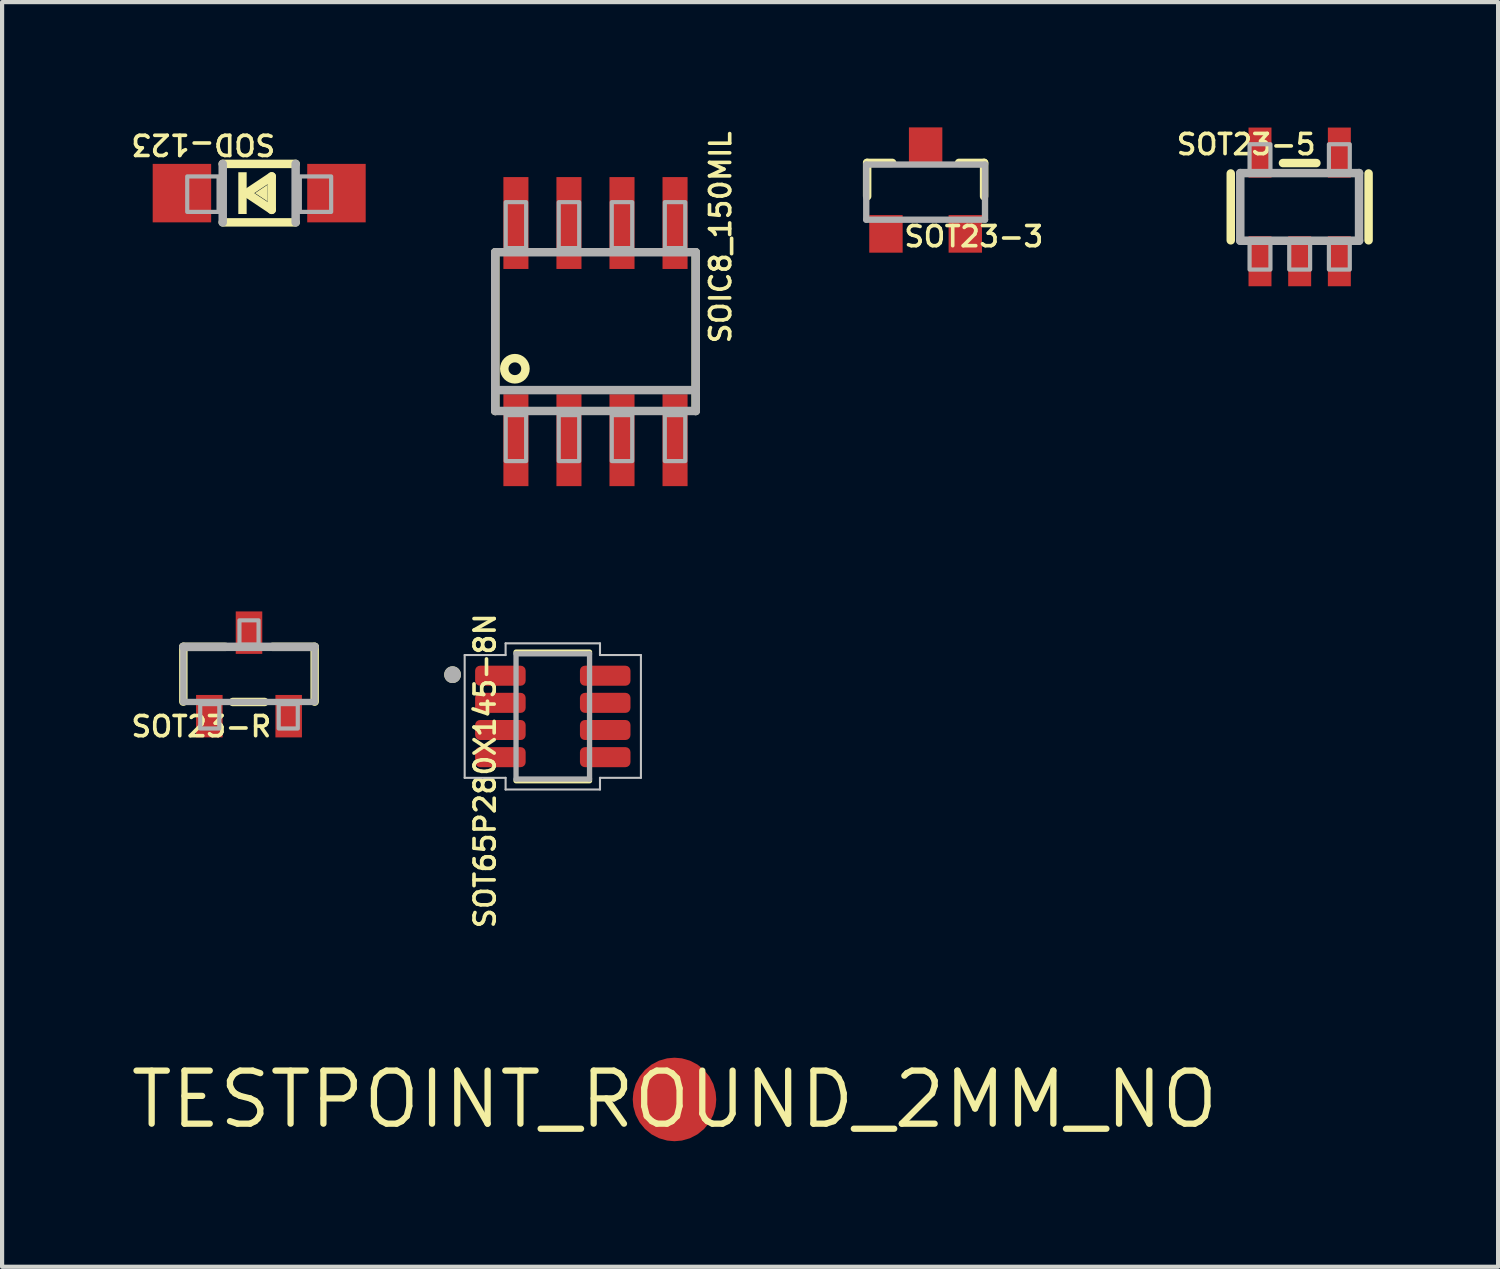
<source format=kicad_pcb>
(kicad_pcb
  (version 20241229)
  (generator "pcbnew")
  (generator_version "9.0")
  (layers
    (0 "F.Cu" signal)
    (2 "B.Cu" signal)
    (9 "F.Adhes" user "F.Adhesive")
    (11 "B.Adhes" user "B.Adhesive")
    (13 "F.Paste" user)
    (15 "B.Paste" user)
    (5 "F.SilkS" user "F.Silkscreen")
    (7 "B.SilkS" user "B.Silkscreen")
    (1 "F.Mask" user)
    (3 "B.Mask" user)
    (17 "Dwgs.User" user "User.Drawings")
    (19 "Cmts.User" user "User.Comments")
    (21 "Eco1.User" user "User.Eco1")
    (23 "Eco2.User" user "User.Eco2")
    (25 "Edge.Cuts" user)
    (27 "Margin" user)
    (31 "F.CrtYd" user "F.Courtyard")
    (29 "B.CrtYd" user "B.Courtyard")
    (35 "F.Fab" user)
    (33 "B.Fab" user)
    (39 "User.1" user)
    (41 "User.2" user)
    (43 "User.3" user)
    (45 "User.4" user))
  (footprint "SOD-123"
    (layer "F.Cu")
    (at 3.156 1.574)
    (property "Reference" "SOD-123" (at 0.432 -1.448 180) (unlocked yes) (layer "F.SilkS") (effects (font (size 0.483 0.483) (thickness 0.087)) (justify left bottom)))
    (attr through_hole)
    (fp_line (start -0.873 -0.7) (end 0.873 -0.7) (stroke (width 0.203) (type solid)) (layer "F.SilkS"))
    (fp_line (start -0.3 0) (end 0.3 -0.4) (stroke (width 0.203) (type solid)) (layer "F.SilkS"))
    (fp_line (start 0.3 -0.4) (end 0.3 0.4) (stroke (width 0.203) (type solid)) (layer "F.SilkS"))
    (fp_line (start 0.3 0.4) (end -0.3 0) (stroke (width 0.203) (type solid)) (layer "F.SilkS"))
    (fp_line (start 0.873 0.7) (end -0.873 0.7) (stroke (width 0.203) (type solid)) (layer "F.SilkS"))
    (fp_poly (pts (xy -0.1 0) (xy 0.2 -0.2) (xy 0.2 0.2)) (stroke (width 0) (type solid)) (fill yes) (layer "F.SilkS"))
    (fp_poly (pts (xy -0.5 0.5) (xy -0.3 0.5) (xy -0.3 -0.5) (xy -0.5 -0.5)) (stroke (width 0) (type solid)) (fill yes) (layer "F.SilkS"))
    (fp_line (start -0.873 0.7) (end -0.873 -0.7) (stroke (width 0.203) (type solid)) (layer "F.Fab"))
    (fp_line (start 0.873 -0.7) (end 0.873 0.7) (stroke (width 0.203) (type solid)) (layer "F.Fab"))
    (fp_poly (pts (xy -1.723 0.45) (xy -0.973 0.45) (xy -0.973 -0.4) (xy -1.723 -0.4)) (stroke (width 0.1) (type solid)) (fill no) (layer "F.Fab"))
    (fp_poly (pts (xy 0.973 0.45) (xy 1.723 0.45) (xy 1.723 -0.4) (xy 0.973 -0.4)) (stroke (width 0.1) (type solid)) (fill no) (layer "F.Fab"))
    (pad "A" smd rect (at 1.85 0 90) (size 1.4 1.4) (layers "F.Cu" "F.Mask" "F.Paste"))
    (pad "C" smd rect (at -1.85 0 90) (size 1.4 1.4) (layers "F.Cu" "F.Mask" "F.Paste")))
  (footprint "SOT23-3"
    (layer "F.Cu")
    (at 19.113 1.55)
    (property "Reference" "SOT23-3" (at -0.559 1.346 0) (unlocked yes) (layer "F.SilkS") (effects (font (size 0.483 0.483) (thickness 0.087)) (justify left bottom)))
    (attr through_hole)
    (fp_line (start -1.4 -0.7) (end -1.4 0.1) (stroke (width 0.203) (type solid)) (layer "F.SilkS"))
    (fp_line (start -0.8 -0.7) (end -1.4 -0.7) (stroke (width 0.203) (type solid)) (layer "F.SilkS"))
    (fp_line (start 0.8 -0.7) (end 1.4 -0.7) (stroke (width 0.203) (type solid)) (layer "F.SilkS"))
    (fp_line (start 1.4 -0.7) (end 1.4 0.1) (stroke (width 0.203) (type solid)) (layer "F.SilkS"))
    (fp_line (start -1.422 -0.66) (end 1.422 -0.66) (stroke (width 0.152) (type solid)) (layer "F.Fab"))
    (fp_line (start -1.422 0.66) (end -1.422 -0.66) (stroke (width 0.152) (type solid)) (layer "F.Fab"))
    (fp_line (start 1.422 -0.66) (end 1.422 0.66) (stroke (width 0.152) (type solid)) (layer "F.Fab"))
    (fp_line (start 1.422 0.66) (end -1.422 0.66) (stroke (width 0.152) (type solid)) (layer "F.Fab"))
    (pad "1" smd rect (at -0.95 1) (size 0.8 0.9) (layers "F.Cu" "F.Mask" "F.Paste"))
    (pad "2" smd rect (at 0.95 1) (size 0.8 0.9) (layers "F.Cu" "F.Mask" "F.Paste"))
    (pad "3" smd rect (at 0 -1.1) (size 0.8 0.9) (layers "F.Cu" "F.Mask" "F.Paste")))
  (footprint "SOT65P280X145-8N"
    (layer "F.Cu")
    (at 10.186 14.104)
    (property "Reference" "SOT65P280X145-8N" (at -1.905 -2.515 90) (unlocked yes) (layer "F.SilkS") (effects (font (size 0.483 0.483) (thickness 0.087)) (justify right top)))
    (attr through_hole)
    (fp_line (start -0.88 -1.54) (end 0.88 -1.54) (stroke (width 0.127) (type solid)) (layer "F.SilkS"))
    (fp_line (start -0.88 1.54) (end 0.88 1.54) (stroke (width 0.127) (type solid)) (layer "F.SilkS"))
    (fp_circle (center -2.4 -1) (end -2.3 -1) (stroke (width 0.2) (type solid)) (fill no) (layer "F.SilkS"))
    (fp_line (start -2.11 -1.47) (end -2.11 1.47) (stroke (width 0.05) (type solid)) (layer "Dwgs.User"))
    (fp_line (start -2.11 -1.47) (end -1.13 -1.47) (stroke (width 0.05) (type solid)) (layer "Dwgs.User"))
    (fp_line (start -1.13 -1.75) (end 1.13 -1.75) (stroke (width 0.05) (type solid)) (layer "Dwgs.User"))
    (fp_line (start -1.13 -1.47) (end -1.13 -1.75) (stroke (width 0.05) (type solid)) (layer "Dwgs.User"))
    (fp_line (start -1.13 1.47) (end -2.11 1.47) (stroke (width 0.05) (type solid)) (layer "Dwgs.User"))
    (fp_line (start -1.13 1.75) (end -1.13 1.47) (stroke (width 0.05) (type solid)) (layer "Dwgs.User"))
    (fp_line (start 1.13 -1.75) (end 1.13 -1.47) (stroke (width 0.05) (type solid)) (layer "Dwgs.User"))
    (fp_line (start 1.13 -1.47) (end 2.11 -1.47) (stroke (width 0.05) (type solid)) (layer "Dwgs.User"))
    (fp_line (start 1.13 1.47) (end 1.13 1.75) (stroke (width 0.05) (type solid)) (layer "Dwgs.User"))
    (fp_line (start 1.13 1.75) (end -1.13 1.75) (stroke (width 0.05) (type solid)) (layer "Dwgs.User"))
    (fp_line (start 2.11 1.47) (end 1.13 1.47) (stroke (width 0.05) (type solid)) (layer "Dwgs.User"))
    (fp_line (start 2.11 1.47) (end 2.11 -1.47) (stroke (width 0.05) (type solid)) (layer "Dwgs.User"))
    (fp_line (start -0.88 -1.5) (end 0.88 -1.5) (stroke (width 0.127) (type solid)) (layer "F.Fab"))
    (fp_line (start -0.88 1.5) (end -0.88 -1.5) (stroke (width 0.127) (type solid)) (layer "F.Fab"))
    (fp_line (start 0.88 -1.5) (end 0.88 1.5) (stroke (width 0.127) (type solid)) (layer "F.Fab"))
    (fp_line (start 0.88 1.5) (end -0.88 1.5) (stroke (width 0.127) (type solid)) (layer "F.Fab"))
    (fp_circle (center -2.4 -1) (end -2.3 -1) (stroke (width 0.2) (type solid)) (fill no) (layer "F.Fab"))
    (pad "1" smd roundrect (at -1.255 -0.975) (size 1.21 0.48) (layers "F.Cu" "F.Mask" "F.Paste") (roundrect_rratio 0.25))
    (pad "2" smd roundrect (at -1.255 -0.325) (size 1.21 0.48) (layers "F.Cu" "F.Mask" "F.Paste") (roundrect_rratio 0.25))
    (pad "3" smd roundrect (at -1.255 0.325) (size 1.21 0.48) (layers "F.Cu" "F.Mask" "F.Paste") (roundrect_rratio 0.25))
    (pad "4" smd roundrect (at -1.255 0.975) (size 1.21 0.48) (layers "F.Cu" "F.Mask" "F.Paste") (roundrect_rratio 0.25))
    (pad "5" smd roundrect (at 1.255 0.975 180) (size 1.21 0.48) (layers "F.Cu" "F.Mask" "F.Paste") (roundrect_rratio 0.25))
    (pad "6" smd roundrect (at 1.255 0.325 180) (size 1.21 0.48) (layers "F.Cu" "F.Mask" "F.Paste") (roundrect_rratio 0.25))
    (pad "7" smd roundrect (at 1.255 -0.325 180) (size 1.21 0.48) (layers "F.Cu" "F.Mask" "F.Paste") (roundrect_rratio 0.25))
    (pad "8" smd roundrect (at 1.255 -0.975 180) (size 1.21 0.48) (layers "F.Cu" "F.Mask" "F.Paste") (roundrect_rratio 0.25)))
  (footprint "TESTPOINT_ROUND_2MM_NO"
    (layer "F.Cu")
    (at 13.1 23.275)
    (property "Reference" "TESTPOINT_ROUND_2MM_NO" (at 0 0 0) (layer "F.SilkS") (effects (font (size 1.27 1.27) (thickness 0.15))))
    (attr through_hole)
    (pad "P$1" smd roundrect (at 0 0) (size 2 2) (layers "F.Cu" "F.Mask") (roundrect_rratio 0.5)))
  (footprint "SOIC8_150MIL"
    (layer "F.Cu")
    (at 11.208 4.89)
    (property "Reference" "SOIC8_150MIL" (at 3.277 0.33 90) (unlocked yes) (layer "F.SilkS") (effects (font (size 0.483 0.483) (thickness 0.087)) (justify left bottom)))
    (attr through_hole)
    (fp_line (start -2.4 1.9) (end -2.4 -1.9) (stroke (width 0.203) (type solid)) (layer "F.SilkS"))
    (fp_line (start 2.4 -1.9) (end 2.4 1.9) (stroke (width 0.203) (type solid)) (layer "F.SilkS"))
    (fp_circle (center -1.93 0.889) (end -1.676 0.889) (stroke (width 0.203) (type solid)) (fill no) (layer "F.SilkS"))
    (fp_line (start -2.4 -1.9) (end 2.4 -1.9) (stroke (width 0.203) (type solid)) (layer "F.Fab"))
    (fp_line (start -2.4 1.4) (end -2.4 -1.9) (stroke (width 0.203) (type solid)) (layer "F.Fab"))
    (fp_line (start -2.4 1.9) (end -2.4 1.4) (stroke (width 0.203) (type solid)) (layer "F.Fab"))
    (fp_line (start 2.4 -1.9) (end 2.4 1.4) (stroke (width 0.203) (type solid)) (layer "F.Fab"))
    (fp_line (start 2.4 1.4) (end -2.4 1.4) (stroke (width 0.203) (type solid)) (layer "F.Fab"))
    (fp_line (start 2.4 1.4) (end 2.4 1.9) (stroke (width 0.203) (type solid)) (layer "F.Fab"))
    (fp_line (start 2.4 1.9) (end -2.4 1.9) (stroke (width 0.203) (type solid)) (layer "F.Fab"))
    (fp_poly (pts (xy -2.15 -2) (xy -1.66 -2) (xy -1.66 -3.1) (xy -2.15 -3.1)) (stroke (width 0.1) (type solid)) (fill no) (layer "F.Fab"))
    (fp_poly (pts (xy -2.15 3.1) (xy -1.66 3.1) (xy -1.66 2) (xy -2.15 2)) (stroke (width 0.1) (type solid)) (fill no) (layer "F.Fab"))
    (fp_poly (pts (xy -0.88 -2) (xy -0.39 -2) (xy -0.39 -3.1) (xy -0.88 -3.1)) (stroke (width 0.1) (type solid)) (fill no) (layer "F.Fab"))
    (fp_poly (pts (xy -0.88 3.1) (xy -0.39 3.1) (xy -0.39 2) (xy -0.88 2)) (stroke (width 0.1) (type solid)) (fill no) (layer "F.Fab"))
    (fp_poly (pts (xy 0.39 -2) (xy 0.88 -2) (xy 0.88 -3.1) (xy 0.39 -3.1)) (stroke (width 0.1) (type solid)) (fill no) (layer "F.Fab"))
    (fp_poly (pts (xy 0.39 3.1) (xy 0.88 3.1) (xy 0.88 2) (xy 0.39 2)) (stroke (width 0.1) (type solid)) (fill no) (layer "F.Fab"))
    (fp_poly (pts (xy 1.66 -2) (xy 2.15 -2) (xy 2.15 -3.1) (xy 1.66 -3.1)) (stroke (width 0.1) (type solid)) (fill no) (layer "F.Fab"))
    (fp_poly (pts (xy 1.66 3.1) (xy 2.15 3.1) (xy 2.15 2) (xy 1.66 2)) (stroke (width 0.1) (type solid)) (fill no) (layer "F.Fab"))
    (pad "1" smd rect (at -1.905 2.6) (size 0.6 2.2) (layers "F.Cu" "F.Mask" "F.Paste"))
    (pad "2" smd rect (at -0.635 2.6) (size 0.6 2.2) (layers "F.Cu" "F.Mask" "F.Paste"))
    (pad "3" smd rect (at 0.635 2.6) (size 0.6 2.2) (layers "F.Cu" "F.Mask" "F.Paste"))
    (pad "4" smd rect (at 1.905 2.6) (size 0.6 2.2) (layers "F.Cu" "F.Mask" "F.Paste"))
    (pad "5" smd rect (at 1.905 -2.6) (size 0.6 2.2) (layers "F.Cu" "F.Mask" "F.Paste"))
    (pad "6" smd rect (at 0.635 -2.6) (size 0.6 2.2) (layers "F.Cu" "F.Mask" "F.Paste"))
    (pad "7" smd rect (at -0.635 -2.6) (size 0.6 2.2) (layers "F.Cu" "F.Mask" "F.Paste"))
    (pad "8" smd rect (at -1.905 -2.6) (size 0.6 2.2) (layers "F.Cu" "F.Mask" "F.Paste")))
  (footprint "SOT23-5"
    (layer "F.Cu")
    (at 28.069 1.904)
    (property "Reference" "SOT23-5" (at 0.432 -1.778 0) (unlocked yes) (layer "F.SilkS") (effects (font (size 0.483 0.483) (thickness 0.087)) (justify right top)))
    (attr through_hole)
    (fp_line (start -1.65 -0.8) (end -1.65 0.8) (stroke (width 0.203) (type solid)) (layer "F.SilkS"))
    (fp_line (start -0.4 -1.05) (end 0.4 -1.05) (stroke (width 0.203) (type solid)) (layer "F.SilkS"))
    (fp_line (start 1.65 -0.8) (end 1.65 0.8) (stroke (width 0.203) (type solid)) (layer "F.SilkS"))
    (fp_line (start -1.422 -0.81) (end 1.422 -0.81) (stroke (width 0.203) (type solid)) (layer "F.Fab"))
    (fp_line (start -1.422 0.81) (end -1.422 -0.81) (stroke (width 0.203) (type solid)) (layer "F.Fab"))
    (fp_line (start 1.422 -0.81) (end 1.422 0.81) (stroke (width 0.203) (type solid)) (layer "F.Fab"))
    (fp_line (start 1.422 0.81) (end -1.422 0.81) (stroke (width 0.203) (type solid)) (layer "F.Fab"))
    (fp_poly (pts (xy -1.2 -0.85) (xy -0.7 -0.85) (xy -0.7 -1.5) (xy -1.2 -1.5)) (stroke (width 0.1) (type solid)) (fill no) (layer "F.Fab"))
    (fp_poly (pts (xy -1.2 1.5) (xy -0.7 1.5) (xy -0.7 0.85) (xy -1.2 0.85)) (stroke (width 0.1) (type solid)) (fill no) (layer "F.Fab"))
    (fp_poly (pts (xy -0.25 1.5) (xy 0.25 1.5) (xy 0.25 0.85) (xy -0.25 0.85)) (stroke (width 0.1) (type solid)) (fill no) (layer "F.Fab"))
    (fp_poly (pts (xy 0.7 -0.85) (xy 1.2 -0.85) (xy 1.2 -1.5) (xy 0.7 -1.5)) (stroke (width 0.1) (type solid)) (fill no) (layer "F.Fab"))
    (fp_poly (pts (xy 0.7 1.5) (xy 1.2 1.5) (xy 1.2 0.85) (xy 0.7 0.85)) (stroke (width 0.1) (type solid)) (fill no) (layer "F.Fab"))
    (pad "1" smd rect (at -0.95 1.3) (size 0.55 1.2) (layers "F.Cu" "F.Mask" "F.Paste"))
    (pad "2" smd rect (at 0 1.3) (size 0.55 1.2) (layers "F.Cu" "F.Mask" "F.Paste"))
    (pad "3" smd rect (at 0.95 1.3) (size 0.55 1.2) (layers "F.Cu" "F.Mask" "F.Paste"))
    (pad "4" smd rect (at 0.95 -1.3) (size 0.55 1.2) (layers "F.Cu" "F.Mask" "F.Paste"))
    (pad "5" smd rect (at -0.95 -1.3) (size 0.55 1.2) (layers "F.Cu" "F.Mask" "F.Paste")))
  (footprint "SOT23-R"
    (layer "F.Cu")
    (at 2.912 13.098)
    (property "Reference" "SOT23-R" (at 0.584 0.965 0) (unlocked yes) (layer "F.SilkS") (effects (font (size 0.483 0.483) (thickness 0.087)) (justify right top)))
    (attr through_hole)
    (fp_line (start -1.572 -0.66) (end -0.564 -0.66) (stroke (width 0.203) (type solid)) (layer "F.SilkS"))
    (fp_line (start -1.572 0.652) (end -1.572 -0.66) (stroke (width 0.203) (type solid)) (layer "F.SilkS"))
    (fp_line (start 0.372 0.66) (end -0.386 0.66) (stroke (width 0.203) (type solid)) (layer "F.SilkS"))
    (fp_line (start 0.564 -0.66) (end 1.572 -0.66) (stroke (width 0.203) (type solid)) (layer "F.SilkS"))
    (fp_line (start 1.572 -0.66) (end 1.572 0.652) (stroke (width 0.203) (type solid)) (layer "F.SilkS"))
    (fp_line (start -1.572 -0.66) (end 1.572 -0.66) (stroke (width 0.203) (type solid)) (layer "F.Fab"))
    (fp_line (start -1.572 0.66) (end -1.572 -0.66) (stroke (width 0.152) (type solid)) (layer "F.Fab"))
    (fp_line (start 1.572 -0.66) (end 1.572 0.66) (stroke (width 0.152) (type solid)) (layer "F.Fab"))
    (fp_line (start 1.572 0.66) (end -1.572 0.66) (stroke (width 0.152) (type solid)) (layer "F.Fab"))
    (fp_poly (pts (xy -1.168 1.295) (xy -0.711 1.295) (xy -0.711 0.711) (xy -1.168 0.711)) (stroke (width 0.1) (type solid)) (fill no) (layer "F.Fab"))
    (fp_poly (pts (xy -0.229 -0.711) (xy 0.229 -0.711) (xy 0.229 -1.295) (xy -0.229 -1.295)) (stroke (width 0.1) (type solid)) (fill no) (layer "F.Fab"))
    (fp_poly (pts (xy 0.711 1.295) (xy 1.168 1.295) (xy 1.168 0.711) (xy 0.711 0.711)) (stroke (width 0.1) (type solid)) (fill no) (layer "F.Fab"))
    (pad "1" smd rect (at -0.95 1) (size 0.635 1.016) (layers "F.Cu" "F.Mask" "F.Paste"))
    (pad "2" smd rect (at 0.95 1) (size 0.635 1.016) (layers "F.Cu" "F.Mask" "F.Paste"))
    (pad "3" smd rect (at 0 -1) (size 0.635 1.016) (layers "F.Cu" "F.Mask" "F.Paste")))
  (gr_rect
    (start -3 -3)
    (end 32.82 27.281)
    (stroke (width 0.1) (type default))
    (fill no)
    (layer "Edge.Cuts")))
</source>
